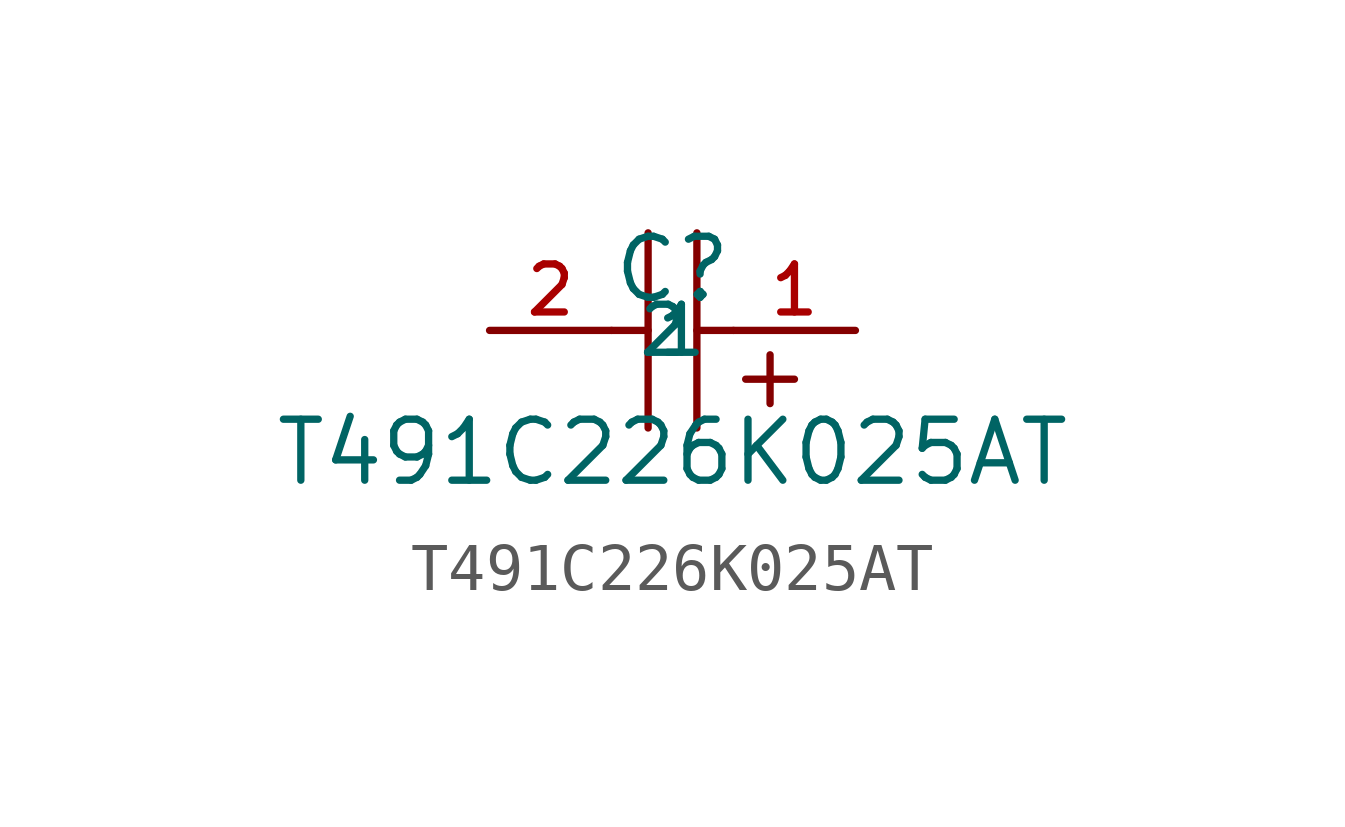
<source format=kicad_sym>
(kicad_symbol_lib
  (version 20210201)
  (generator TousstNicolas/JLC2KiCad_lib)
  (symbol "T491C226K025AT"
    (property "Reference" "C"
      (at 0 1.27 0)
      (effects (font (size 1.27 1.27))))
    (property "Value" "T491C226K025AT"
      (at 0 -2.54 0)
      (effects (font (size 1.27 1.27))))
    (symbol "T491C226K025AT_0_1"
      (polyline (pts (xy 0.508 -2.032) (xy 0.508 2.032)) (stroke (width 0) (type default) (color 0 0 0 0)) (fill (type none)))
      (polyline (pts (xy -0.508 -2.032) (xy -0.508 2.032)) (stroke (width 0) (type default) (color 0 0 0 0)) (fill (type none)))
      (pin input line (at 3.81 -0.0 180) (length 2.54) (name "1" (effects (font (size 1 1)))) (number "1" (effects (font (size 1 1)))))
      (pin input line (at -3.81 -0.0 0) (length 2.54) (name "2" (effects (font (size 1 1)))) (number "2" (effects (font (size 1 1)))))
      (polyline (pts (xy 1.27 -0.0) (xy 0.508 -0.0)) (stroke (width 0) (type default) (color 0 0 0 0)) (fill (type none)))
      (polyline (pts (xy -0.508 -0.0) (xy -1.27 -0.0)) (stroke (width 0) (type default) (color 0 0 0 0)) (fill (type none)))
      (polyline (pts (xy 2.54 -1.016) (xy 1.524 -1.016)) (stroke (width 0) (type default) (color 0 0 0 0)) (fill (type none)))
      (polyline (pts (xy 2.032 -1.524) (xy 2.032 -0.508)) (stroke (width 0) (type default) (color 0 0 0 0)) (fill (type none))))))
</source>
